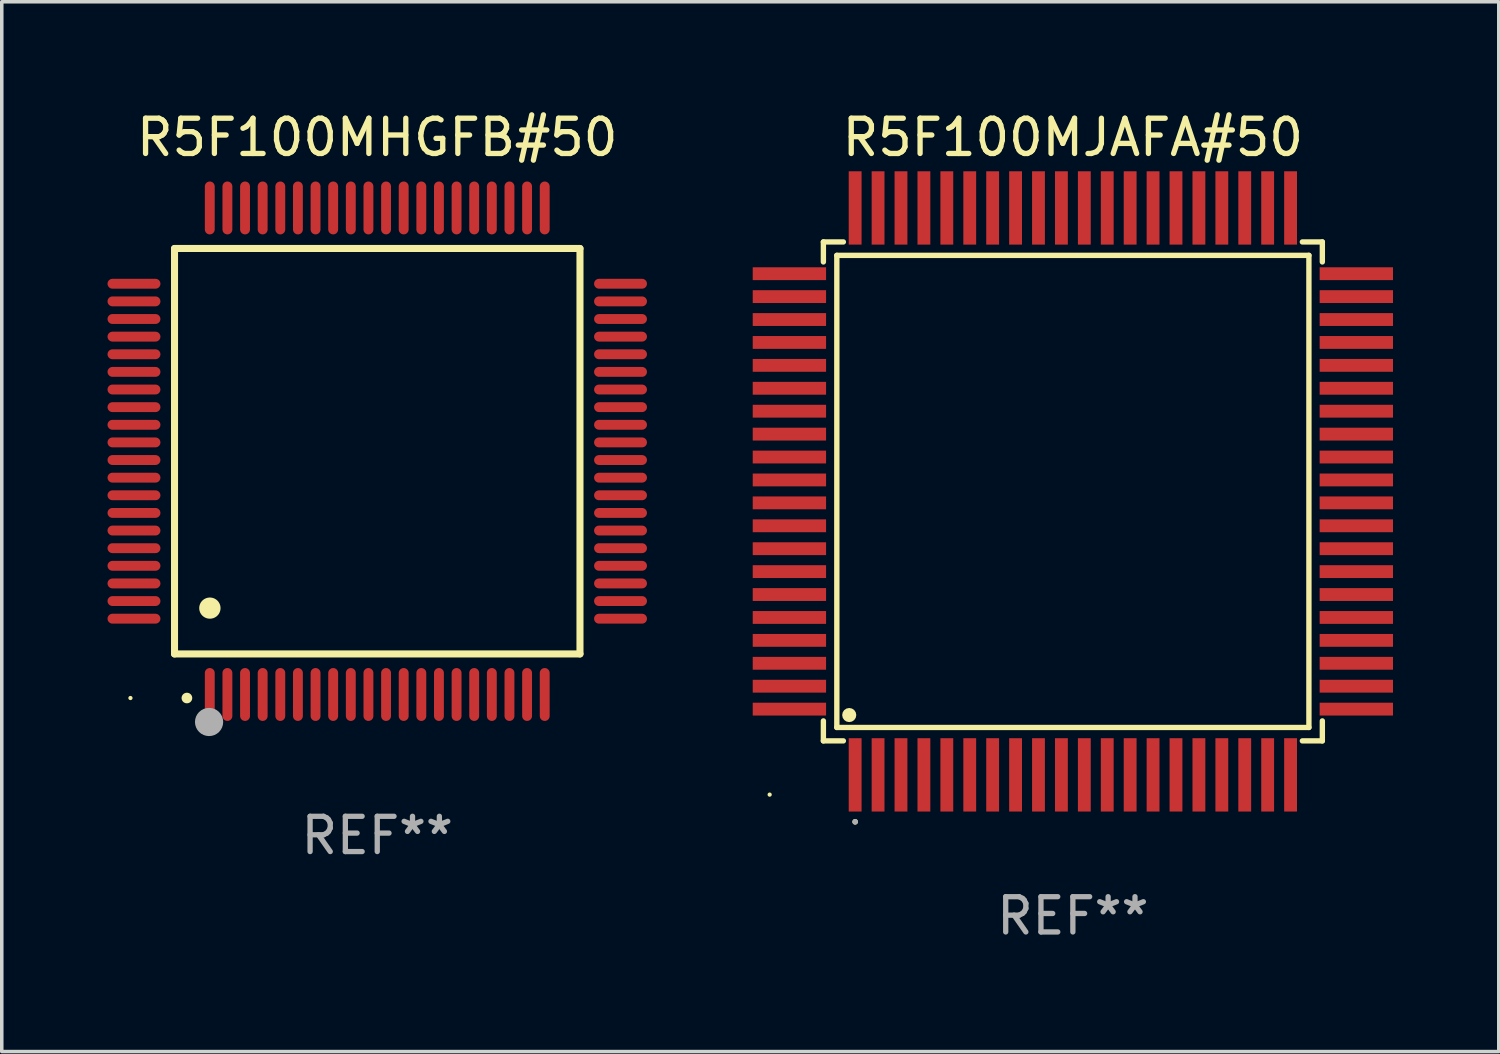
<source format=kicad_pcb>
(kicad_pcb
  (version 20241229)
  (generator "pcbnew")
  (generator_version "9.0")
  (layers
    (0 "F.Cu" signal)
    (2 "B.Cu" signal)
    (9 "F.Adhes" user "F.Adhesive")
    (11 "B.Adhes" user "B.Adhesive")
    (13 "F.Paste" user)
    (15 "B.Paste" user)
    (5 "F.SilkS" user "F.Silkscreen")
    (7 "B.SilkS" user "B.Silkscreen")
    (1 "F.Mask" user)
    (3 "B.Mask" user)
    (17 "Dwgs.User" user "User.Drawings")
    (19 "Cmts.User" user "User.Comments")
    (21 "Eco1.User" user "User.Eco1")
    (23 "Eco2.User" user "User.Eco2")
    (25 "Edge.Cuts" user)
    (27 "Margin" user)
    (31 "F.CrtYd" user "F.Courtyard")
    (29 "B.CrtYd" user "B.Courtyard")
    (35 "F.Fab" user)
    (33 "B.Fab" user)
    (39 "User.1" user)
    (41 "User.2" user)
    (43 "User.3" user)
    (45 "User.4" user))
  (footprint "R5F100MHGFB#50"
    (layer "F.Cu")
    (at 7.65 9.748)
    (property "Reference" "R5F100MHGFB#50" (at 0 -8.9 0) (layer "F.SilkS") (effects (font (size 1 1) (thickness 0.15))))
    (attr through_hole)
    (fp_line (start -5.75 -5.75) (end 5.75 -5.75) (stroke (width 0.2) (type solid)) (layer "F.SilkS"))
    (fp_line (start -5.75 5.75) (end -5.75 -5.75) (stroke (width 0.2) (type solid)) (layer "F.SilkS"))
    (fp_line (start 5.75 -5.75) (end 5.75 5.75) (stroke (width 0.2) (type solid)) (layer "F.SilkS"))
    (fp_line (start 5.75 5.75) (end -5.75 5.75) (stroke (width 0.2) (type solid)) (layer "F.SilkS"))
    (fp_arc (start -5.400051 7.000254) (mid -5.398781 7.000249) (end -5.397511 7.000254) (stroke (width 0.3) (type solid)) (layer "F.SilkS"))
    (fp_arc (start -4.749809 4.450089) (mid -4.747269 4.450078) (end -4.744729 4.450089) (stroke (width 0.6) (type solid)) (layer "F.SilkS"))
    (fp_circle (center -7 7) (end -6.97 7) (stroke (width 0.06) (type solid)) (fill no) (layer "F.SilkS"))
    (fp_circle (center -4.77 7.68) (end -4.57 7.68) (stroke (width 0.4) (type solid)) (fill no) (layer "F.Fab"))
    (fp_text user "REF**" (at 0 10.9 0) (layer "F.Fab") (effects (font (size 1 1) (thickness 0.15))))
    (pad "1" smd oval (at -4.75 6.9) (size 0.28 1.5) (layers "F.Cu" "F.Mask" "F.Paste"))
    (pad "2" smd oval (at -4.25 6.9) (size 0.28 1.5) (layers "F.Cu" "F.Mask" "F.Paste"))
    (pad "3" smd oval (at -3.75 6.9) (size 0.28 1.5) (layers "F.Cu" "F.Mask" "F.Paste"))
    (pad "4" smd oval (at -3.25 6.9) (size 0.28 1.5) (layers "F.Cu" "F.Mask" "F.Paste"))
    (pad "5" smd oval (at -2.75 6.9) (size 0.28 1.5) (layers "F.Cu" "F.Mask" "F.Paste"))
    (pad "6" smd oval (at -2.25 6.9) (size 0.28 1.5) (layers "F.Cu" "F.Mask" "F.Paste"))
    (pad "7" smd oval (at -1.75 6.9) (size 0.28 1.5) (layers "F.Cu" "F.Mask" "F.Paste"))
    (pad "8" smd oval (at -1.25 6.9) (size 0.28 1.5) (layers "F.Cu" "F.Mask" "F.Paste"))
    (pad "9" smd oval (at -0.75 6.9) (size 0.28 1.5) (layers "F.Cu" "F.Mask" "F.Paste"))
    (pad "10" smd oval (at -0.25 6.9) (size 0.28 1.5) (layers "F.Cu" "F.Mask" "F.Paste"))
    (pad "11" smd oval (at 0.25 6.9) (size 0.28 1.5) (layers "F.Cu" "F.Mask" "F.Paste"))
    (pad "12" smd oval (at 0.75 6.9) (size 0.28 1.5) (layers "F.Cu" "F.Mask" "F.Paste"))
    (pad "13" smd oval (at 1.25 6.9) (size 0.28 1.5) (layers "F.Cu" "F.Mask" "F.Paste"))
    (pad "14" smd oval (at 1.75 6.9) (size 0.28 1.5) (layers "F.Cu" "F.Mask" "F.Paste"))
    (pad "15" smd oval (at 2.25 6.9) (size 0.28 1.5) (layers "F.Cu" "F.Mask" "F.Paste"))
    (pad "16" smd oval (at 2.75 6.9) (size 0.28 1.5) (layers "F.Cu" "F.Mask" "F.Paste"))
    (pad "17" smd oval (at 3.25 6.9) (size 0.28 1.5) (layers "F.Cu" "F.Mask" "F.Paste"))
    (pad "18" smd oval (at 3.75 6.9) (size 0.28 1.5) (layers "F.Cu" "F.Mask" "F.Paste"))
    (pad "19" smd oval (at 4.25 6.9) (size 0.28 1.5) (layers "F.Cu" "F.Mask" "F.Paste"))
    (pad "20" smd oval (at 4.75 6.9) (size 0.28 1.5) (layers "F.Cu" "F.Mask" "F.Paste"))
    (pad "21" smd oval (at 6.9 4.75) (size 1.5 0.28) (layers "F.Cu" "F.Mask" "F.Paste"))
    (pad "22" smd oval (at 6.9 4.25) (size 1.5 0.28) (layers "F.Cu" "F.Mask" "F.Paste"))
    (pad "23" smd oval (at 6.9 3.75) (size 1.5 0.28) (layers "F.Cu" "F.Mask" "F.Paste"))
    (pad "24" smd oval (at 6.9 3.25) (size 1.5 0.28) (layers "F.Cu" "F.Mask" "F.Paste"))
    (pad "25" smd oval (at 6.9 2.75) (size 1.5 0.28) (layers "F.Cu" "F.Mask" "F.Paste"))
    (pad "26" smd oval (at 6.9 2.25) (size 1.5 0.28) (layers "F.Cu" "F.Mask" "F.Paste"))
    (pad "27" smd oval (at 6.9 1.75) (size 1.5 0.28) (layers "F.Cu" "F.Mask" "F.Paste"))
    (pad "28" smd oval (at 6.9 1.25) (size 1.5 0.28) (layers "F.Cu" "F.Mask" "F.Paste"))
    (pad "29" smd oval (at 6.9 0.75) (size 1.5 0.28) (layers "F.Cu" "F.Mask" "F.Paste"))
    (pad "30" smd oval (at 6.9 0.25) (size 1.5 0.28) (layers "F.Cu" "F.Mask" "F.Paste"))
    (pad "31" smd oval (at 6.9 -0.25) (size 1.5 0.28) (layers "F.Cu" "F.Mask" "F.Paste"))
    (pad "32" smd oval (at 6.9 -0.75) (size 1.5 0.28) (layers "F.Cu" "F.Mask" "F.Paste"))
    (pad "33" smd oval (at 6.9 -1.25) (size 1.5 0.28) (layers "F.Cu" "F.Mask" "F.Paste"))
    (pad "34" smd oval (at 6.9 -1.75) (size 1.5 0.28) (layers "F.Cu" "F.Mask" "F.Paste"))
    (pad "35" smd oval (at 6.9 -2.25) (size 1.5 0.28) (layers "F.Cu" "F.Mask" "F.Paste"))
    (pad "36" smd oval (at 6.9 -2.75) (size 1.5 0.28) (layers "F.Cu" "F.Mask" "F.Paste"))
    (pad "37" smd oval (at 6.9 -3.25) (size 1.5 0.28) (layers "F.Cu" "F.Mask" "F.Paste"))
    (pad "38" smd oval (at 6.9 -3.75) (size 1.5 0.28) (layers "F.Cu" "F.Mask" "F.Paste"))
    (pad "39" smd oval (at 6.9 -4.25) (size 1.5 0.28) (layers "F.Cu" "F.Mask" "F.Paste"))
    (pad "40" smd oval (at 6.9 -4.75) (size 1.5 0.28) (layers "F.Cu" "F.Mask" "F.Paste"))
    (pad "41" smd oval (at 4.75 -6.9) (size 0.28 1.5) (layers "F.Cu" "F.Mask" "F.Paste"))
    (pad "42" smd oval (at 4.25 -6.9) (size 0.28 1.5) (layers "F.Cu" "F.Mask" "F.Paste"))
    (pad "43" smd oval (at 3.75 -6.9) (size 0.28 1.5) (layers "F.Cu" "F.Mask" "F.Paste"))
    (pad "44" smd oval (at 3.25 -6.9) (size 0.28 1.5) (layers "F.Cu" "F.Mask" "F.Paste"))
    (pad "45" smd oval (at 2.75 -6.9) (size 0.28 1.5) (layers "F.Cu" "F.Mask" "F.Paste"))
    (pad "46" smd oval (at 2.25 -6.9) (size 0.28 1.5) (layers "F.Cu" "F.Mask" "F.Paste"))
    (pad "47" smd oval (at 1.75 -6.9) (size 0.28 1.5) (layers "F.Cu" "F.Mask" "F.Paste"))
    (pad "48" smd oval (at 1.25 -6.9) (size 0.28 1.5) (layers "F.Cu" "F.Mask" "F.Paste"))
    (pad "49" smd oval (at 0.75 -6.9) (size 0.28 1.5) (layers "F.Cu" "F.Mask" "F.Paste"))
    (pad "50" smd oval (at 0.25 -6.9) (size 0.28 1.5) (layers "F.Cu" "F.Mask" "F.Paste"))
    (pad "51" smd oval (at -0.25 -6.9) (size 0.28 1.5) (layers "F.Cu" "F.Mask" "F.Paste"))
    (pad "52" smd oval (at -0.75 -6.9) (size 0.28 1.5) (layers "F.Cu" "F.Mask" "F.Paste"))
    (pad "53" smd oval (at -1.25 -6.9) (size 0.28 1.5) (layers "F.Cu" "F.Mask" "F.Paste"))
    (pad "54" smd oval (at -1.75 -6.9) (size 0.28 1.5) (layers "F.Cu" "F.Mask" "F.Paste"))
    (pad "55" smd oval (at -2.25 -6.9) (size 0.28 1.5) (layers "F.Cu" "F.Mask" "F.Paste"))
    (pad "56" smd oval (at -2.75 -6.9) (size 0.28 1.5) (layers "F.Cu" "F.Mask" "F.Paste"))
    (pad "57" smd oval (at -3.25 -6.9) (size 0.28 1.5) (layers "F.Cu" "F.Mask" "F.Paste"))
    (pad "58" smd oval (at -3.75 -6.9) (size 0.28 1.5) (layers "F.Cu" "F.Mask" "F.Paste"))
    (pad "59" smd oval (at -4.25 -6.9) (size 0.28 1.5) (layers "F.Cu" "F.Mask" "F.Paste"))
    (pad "60" smd oval (at -4.75 -6.9) (size 0.28 1.5) (layers "F.Cu" "F.Mask" "F.Paste"))
    (pad "61" smd oval (at -6.9 -4.75) (size 1.5 0.28) (layers "F.Cu" "F.Mask" "F.Paste"))
    (pad "62" smd oval (at -6.9 -4.25) (size 1.5 0.28) (layers "F.Cu" "F.Mask" "F.Paste"))
    (pad "63" smd oval (at -6.9 -3.75) (size 1.5 0.28) (layers "F.Cu" "F.Mask" "F.Paste"))
    (pad "64" smd oval (at -6.9 -3.25) (size 1.5 0.28) (layers "F.Cu" "F.Mask" "F.Paste"))
    (pad "65" smd oval (at -6.9 -2.75) (size 1.5 0.28) (layers "F.Cu" "F.Mask" "F.Paste"))
    (pad "66" smd oval (at -6.9 -2.25) (size 1.5 0.28) (layers "F.Cu" "F.Mask" "F.Paste"))
    (pad "67" smd oval (at -6.9 -1.75) (size 1.5 0.28) (layers "F.Cu" "F.Mask" "F.Paste"))
    (pad "68" smd oval (at -6.9 -1.25) (size 1.5 0.28) (layers "F.Cu" "F.Mask" "F.Paste"))
    (pad "69" smd oval (at -6.9 -0.75) (size 1.5 0.28) (layers "F.Cu" "F.Mask" "F.Paste"))
    (pad "70" smd oval (at -6.9 -0.25) (size 1.5 0.28) (layers "F.Cu" "F.Mask" "F.Paste"))
    (pad "71" smd oval (at -6.9 0.25) (size 1.5 0.28) (layers "F.Cu" "F.Mask" "F.Paste"))
    (pad "72" smd oval (at -6.9 0.75) (size 1.5 0.28) (layers "F.Cu" "F.Mask" "F.Paste"))
    (pad "73" smd oval (at -6.9 1.25) (size 1.5 0.28) (layers "F.Cu" "F.Mask" "F.Paste"))
    (pad "74" smd oval (at -6.9 1.75) (size 1.5 0.28) (layers "F.Cu" "F.Mask" "F.Paste"))
    (pad "75" smd oval (at -6.9 2.25) (size 1.5 0.28) (layers "F.Cu" "F.Mask" "F.Paste"))
    (pad "76" smd oval (at -6.9 2.75) (size 1.5 0.28) (layers "F.Cu" "F.Mask" "F.Paste"))
    (pad "77" smd oval (at -6.9 3.25) (size 1.5 0.28) (layers "F.Cu" "F.Mask" "F.Paste"))
    (pad "78" smd oval (at -6.9 3.75) (size 1.5 0.28) (layers "F.Cu" "F.Mask" "F.Paste"))
    (pad "79" smd oval (at -6.9 4.25) (size 1.5 0.28) (layers "F.Cu" "F.Mask" "F.Paste"))
    (pad "80" smd oval (at -6.9 4.75) (size 1.5 0.28) (layers "F.Cu" "F.Mask" "F.Paste")))
  (footprint "R5F100MJAFA#50"
    (layer "F.Cu")
    (at 27.38 10.888)
    (property "Reference" "R5F100MJAFA#50" (at 0 -10.04 0) (layer "F.SilkS") (effects (font (size 1 1) (thickness 0.15))))
    (attr through_hole)
    (fp_line (start -7.076 -7.076) (end -7.076 -6.509) (stroke (width 0.152) (type solid)) (layer "F.SilkS"))
    (fp_line (start -7.076 7.076) (end -7.076 6.509) (stroke (width 0.152) (type solid)) (layer "F.SilkS"))
    (fp_line (start -6.695 -6.695) (end 6.695 -6.695) (stroke (width 0.152) (type solid)) (layer "F.SilkS"))
    (fp_line (start -6.695 6.695) (end -6.695 -6.695) (stroke (width 0.152) (type solid)) (layer "F.SilkS"))
    (fp_line (start -6.509 -7.076) (end -7.076 -7.076) (stroke (width 0.152) (type solid)) (layer "F.SilkS"))
    (fp_line (start -6.509 7.076) (end -7.076 7.076) (stroke (width 0.152) (type solid)) (layer "F.SilkS"))
    (fp_line (start 6.509 -7.076) (end 7.076 -7.076) (stroke (width 0.152) (type solid)) (layer "F.SilkS"))
    (fp_line (start 6.509 7.076) (end 7.076 7.076) (stroke (width 0.152) (type solid)) (layer "F.SilkS"))
    (fp_line (start 6.695 -6.695) (end 6.695 6.695) (stroke (width 0.152) (type solid)) (layer "F.SilkS"))
    (fp_line (start 6.695 6.695) (end -6.695 6.695) (stroke (width 0.152) (type solid)) (layer "F.SilkS"))
    (fp_line (start 7.076 -7.076) (end 7.076 -6.509) (stroke (width 0.152) (type solid)) (layer "F.SilkS"))
    (fp_line (start 7.076 7.076) (end 7.076 6.509) (stroke (width 0.152) (type solid)) (layer "F.SilkS"))
    (fp_circle (center -8.6 8.6) (end -8.57 8.6) (stroke (width 0.06) (type solid)) (fill no) (layer "F.SilkS"))
    (fp_circle (center -6.343 6.343) (end -6.243 6.343) (stroke (width 0.2) (type solid)) (fill no) (layer "F.SilkS"))
    (fp_circle (center -6.175 9.371) (end -6.135 9.371) (stroke (width 0.08) (type solid)) (fill no) (layer "F.SilkS"))
    (fp_circle (center -6.175 9.371) (end -6.135 9.371) (stroke (width 0.08) (type solid)) (fill no) (layer "F.Fab"))
    (fp_text user "REF**" (at 0 12.04 0) (layer "F.Fab") (effects (font (size 1 1) (thickness 0.15))))
    (pad "1" smd rect (at -6.175 8.04) (size 0.364 2.08) (layers "F.Cu" "F.Mask" "F.Paste"))
    (pad "2" smd rect (at -5.525 8.04) (size 0.364 2.08) (layers "F.Cu" "F.Mask" "F.Paste"))
    (pad "3" smd rect (at -4.875 8.04) (size 0.364 2.08) (layers "F.Cu" "F.Mask" "F.Paste"))
    (pad "4" smd rect (at -4.225 8.04) (size 0.364 2.08) (layers "F.Cu" "F.Mask" "F.Paste"))
    (pad "5" smd rect (at -3.575 8.04) (size 0.364 2.08) (layers "F.Cu" "F.Mask" "F.Paste"))
    (pad "6" smd rect (at -2.925 8.04) (size 0.364 2.08) (layers "F.Cu" "F.Mask" "F.Paste"))
    (pad "7" smd rect (at -2.275 8.04) (size 0.364 2.08) (layers "F.Cu" "F.Mask" "F.Paste"))
    (pad "8" smd rect (at -1.625 8.04) (size 0.364 2.08) (layers "F.Cu" "F.Mask" "F.Paste"))
    (pad "9" smd rect (at -0.975 8.04) (size 0.364 2.08) (layers "F.Cu" "F.Mask" "F.Paste"))
    (pad "10" smd rect (at -0.325 8.04) (size 0.364 2.08) (layers "F.Cu" "F.Mask" "F.Paste"))
    (pad "11" smd rect (at 0.325 8.04) (size 0.364 2.08) (layers "F.Cu" "F.Mask" "F.Paste"))
    (pad "12" smd rect (at 0.975 8.04) (size 0.364 2.08) (layers "F.Cu" "F.Mask" "F.Paste"))
    (pad "13" smd rect (at 1.625 8.04) (size 0.364 2.08) (layers "F.Cu" "F.Mask" "F.Paste"))
    (pad "14" smd rect (at 2.275 8.04) (size 0.364 2.08) (layers "F.Cu" "F.Mask" "F.Paste"))
    (pad "15" smd rect (at 2.925 8.04) (size 0.364 2.08) (layers "F.Cu" "F.Mask" "F.Paste"))
    (pad "16" smd rect (at 3.575 8.04) (size 0.364 2.08) (layers "F.Cu" "F.Mask" "F.Paste"))
    (pad "17" smd rect (at 4.225 8.04) (size 0.364 2.08) (layers "F.Cu" "F.Mask" "F.Paste"))
    (pad "18" smd rect (at 4.875 8.04) (size 0.364 2.08) (layers "F.Cu" "F.Mask" "F.Paste"))
    (pad "19" smd rect (at 5.525 8.04) (size 0.364 2.08) (layers "F.Cu" "F.Mask" "F.Paste"))
    (pad "20" smd rect (at 6.175 8.04) (size 0.364 2.08) (layers "F.Cu" "F.Mask" "F.Paste"))
    (pad "21" smd rect (at 8.04 6.175) (size 2.08 0.364) (layers "F.Cu" "F.Mask" "F.Paste"))
    (pad "22" smd rect (at 8.04 5.525) (size 2.08 0.364) (layers "F.Cu" "F.Mask" "F.Paste"))
    (pad "23" smd rect (at 8.04 4.875) (size 2.08 0.364) (layers "F.Cu" "F.Mask" "F.Paste"))
    (pad "24" smd rect (at 8.04 4.225) (size 2.08 0.364) (layers "F.Cu" "F.Mask" "F.Paste"))
    (pad "25" smd rect (at 8.04 3.575) (size 2.08 0.364) (layers "F.Cu" "F.Mask" "F.Paste"))
    (pad "26" smd rect (at 8.04 2.925) (size 2.08 0.364) (layers "F.Cu" "F.Mask" "F.Paste"))
    (pad "27" smd rect (at 8.04 2.275) (size 2.08 0.364) (layers "F.Cu" "F.Mask" "F.Paste"))
    (pad "28" smd rect (at 8.04 1.625) (size 2.08 0.364) (layers "F.Cu" "F.Mask" "F.Paste"))
    (pad "29" smd rect (at 8.04 0.975) (size 2.08 0.364) (layers "F.Cu" "F.Mask" "F.Paste"))
    (pad "30" smd rect (at 8.04 0.325) (size 2.08 0.364) (layers "F.Cu" "F.Mask" "F.Paste"))
    (pad "31" smd rect (at 8.04 -0.325) (size 2.08 0.364) (layers "F.Cu" "F.Mask" "F.Paste"))
    (pad "32" smd rect (at 8.04 -0.975) (size 2.08 0.364) (layers "F.Cu" "F.Mask" "F.Paste"))
    (pad "33" smd rect (at 8.04 -1.625) (size 2.08 0.364) (layers "F.Cu" "F.Mask" "F.Paste"))
    (pad "34" smd rect (at 8.04 -2.275) (size 2.08 0.364) (layers "F.Cu" "F.Mask" "F.Paste"))
    (pad "35" smd rect (at 8.04 -2.925) (size 2.08 0.364) (layers "F.Cu" "F.Mask" "F.Paste"))
    (pad "36" smd rect (at 8.04 -3.575) (size 2.08 0.364) (layers "F.Cu" "F.Mask" "F.Paste"))
    (pad "37" smd rect (at 8.04 -4.225) (size 2.08 0.364) (layers "F.Cu" "F.Mask" "F.Paste"))
    (pad "38" smd rect (at 8.04 -4.875) (size 2.08 0.364) (layers "F.Cu" "F.Mask" "F.Paste"))
    (pad "39" smd rect (at 8.04 -5.525) (size 2.08 0.364) (layers "F.Cu" "F.Mask" "F.Paste"))
    (pad "40" smd rect (at 8.04 -6.175) (size 2.08 0.364) (layers "F.Cu" "F.Mask" "F.Paste"))
    (pad "41" smd rect (at 6.175 -8.04) (size 0.364 2.08) (layers "F.Cu" "F.Mask" "F.Paste"))
    (pad "42" smd rect (at 5.525 -8.04) (size 0.364 2.08) (layers "F.Cu" "F.Mask" "F.Paste"))
    (pad "43" smd rect (at 4.875 -8.04) (size 0.364 2.08) (layers "F.Cu" "F.Mask" "F.Paste"))
    (pad "44" smd rect (at 4.225 -8.04) (size 0.364 2.08) (layers "F.Cu" "F.Mask" "F.Paste"))
    (pad "45" smd rect (at 3.575 -8.04) (size 0.364 2.08) (layers "F.Cu" "F.Mask" "F.Paste"))
    (pad "46" smd rect (at 2.925 -8.04) (size 0.364 2.08) (layers "F.Cu" "F.Mask" "F.Paste"))
    (pad "47" smd rect (at 2.275 -8.04) (size 0.364 2.08) (layers "F.Cu" "F.Mask" "F.Paste"))
    (pad "48" smd rect (at 1.625 -8.04) (size 0.364 2.08) (layers "F.Cu" "F.Mask" "F.Paste"))
    (pad "49" smd rect (at 0.975 -8.04) (size 0.364 2.08) (layers "F.Cu" "F.Mask" "F.Paste"))
    (pad "50" smd rect (at 0.325 -8.04) (size 0.364 2.08) (layers "F.Cu" "F.Mask" "F.Paste"))
    (pad "51" smd rect (at -0.325 -8.04) (size 0.364 2.08) (layers "F.Cu" "F.Mask" "F.Paste"))
    (pad "52" smd rect (at -0.975 -8.04) (size 0.364 2.08) (layers "F.Cu" "F.Mask" "F.Paste"))
    (pad "53" smd rect (at -1.625 -8.04) (size 0.364 2.08) (layers "F.Cu" "F.Mask" "F.Paste"))
    (pad "54" smd rect (at -2.275 -8.04) (size 0.364 2.08) (layers "F.Cu" "F.Mask" "F.Paste"))
    (pad "55" smd rect (at -2.925 -8.04) (size 0.364 2.08) (layers "F.Cu" "F.Mask" "F.Paste"))
    (pad "56" smd rect (at -3.575 -8.04) (size 0.364 2.08) (layers "F.Cu" "F.Mask" "F.Paste"))
    (pad "57" smd rect (at -4.225 -8.04) (size 0.364 2.08) (layers "F.Cu" "F.Mask" "F.Paste"))
    (pad "58" smd rect (at -4.875 -8.04) (size 0.364 2.08) (layers "F.Cu" "F.Mask" "F.Paste"))
    (pad "59" smd rect (at -5.525 -8.04) (size 0.364 2.08) (layers "F.Cu" "F.Mask" "F.Paste"))
    (pad "60" smd rect (at -6.175 -8.04) (size 0.364 2.08) (layers "F.Cu" "F.Mask" "F.Paste"))
    (pad "61" smd rect (at -8.04 -6.175) (size 2.08 0.364) (layers "F.Cu" "F.Mask" "F.Paste"))
    (pad "62" smd rect (at -8.04 -5.525) (size 2.08 0.364) (layers "F.Cu" "F.Mask" "F.Paste"))
    (pad "63" smd rect (at -8.04 -4.875) (size 2.08 0.364) (layers "F.Cu" "F.Mask" "F.Paste"))
    (pad "64" smd rect (at -8.04 -4.225) (size 2.08 0.364) (layers "F.Cu" "F.Mask" "F.Paste"))
    (pad "65" smd rect (at -8.04 -3.575) (size 2.08 0.364) (layers "F.Cu" "F.Mask" "F.Paste"))
    (pad "66" smd rect (at -8.04 -2.925) (size 2.08 0.364) (layers "F.Cu" "F.Mask" "F.Paste"))
    (pad "67" smd rect (at -8.04 -2.275) (size 2.08 0.364) (layers "F.Cu" "F.Mask" "F.Paste"))
    (pad "68" smd rect (at -8.04 -1.625) (size 2.08 0.364) (layers "F.Cu" "F.Mask" "F.Paste"))
    (pad "69" smd rect (at -8.04 -0.975) (size 2.08 0.364) (layers "F.Cu" "F.Mask" "F.Paste"))
    (pad "70" smd rect (at -8.04 -0.325) (size 2.08 0.364) (layers "F.Cu" "F.Mask" "F.Paste"))
    (pad "71" smd rect (at -8.04 0.325) (size 2.08 0.364) (layers "F.Cu" "F.Mask" "F.Paste"))
    (pad "72" smd rect (at -8.04 0.975) (size 2.08 0.364) (layers "F.Cu" "F.Mask" "F.Paste"))
    (pad "73" smd rect (at -8.04 1.625) (size 2.08 0.364) (layers "F.Cu" "F.Mask" "F.Paste"))
    (pad "74" smd rect (at -8.04 2.275) (size 2.08 0.364) (layers "F.Cu" "F.Mask" "F.Paste"))
    (pad "75" smd rect (at -8.04 2.925) (size 2.08 0.364) (layers "F.Cu" "F.Mask" "F.Paste"))
    (pad "76" smd rect (at -8.04 3.575) (size 2.08 0.364) (layers "F.Cu" "F.Mask" "F.Paste"))
    (pad "77" smd rect (at -8.04 4.225) (size 2.08 0.364) (layers "F.Cu" "F.Mask" "F.Paste"))
    (pad "78" smd rect (at -8.04 4.875) (size 2.08 0.364) (layers "F.Cu" "F.Mask" "F.Paste"))
    (pad "79" smd rect (at -8.04 5.525) (size 2.08 0.364) (layers "F.Cu" "F.Mask" "F.Paste"))
    (pad "80" smd rect (at -8.04 6.175) (size 2.08 0.364) (layers "F.Cu" "F.Mask" "F.Paste")))
  (gr_rect
    (start -3 -3)
    (end 39.46 26.776)
    (stroke (width 0.1) (type default))
    (fill no)
    (layer "Edge.Cuts")))
</source>
